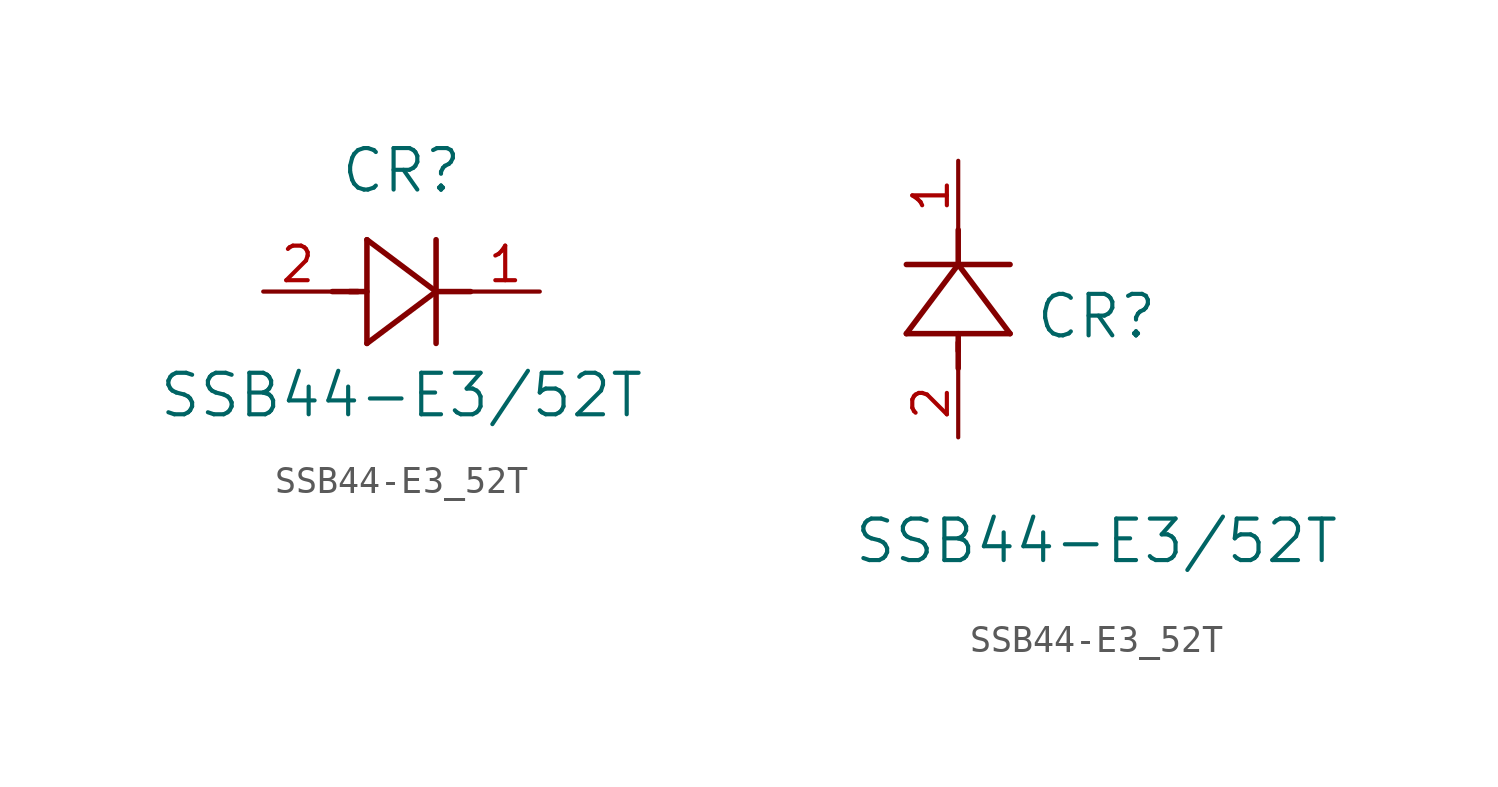
<source format=kicad_sym>
(kicad_symbol_lib
  (version 20211014)
  (generator kicad_symbol_editor)
  (symbol "SSB44-E3_52T"
    (pin_names
      (offset 0.254))
    (property "Reference" "CR"
      (at 5.08 4.445 0)
      (effects (font (size 1.524 1.524))))
    (property "Value" "SSB44-E3/52T"
      (at 5.08 -3.81 0)
      (effects (font (size 1.524 1.524))))
    (symbol "SSB44-E3_52T_1_1"
      (polyline (pts (xy 2.54 0) (xy 3.48 0)) (stroke (width 0.203) (type default) (color 0 0 0 0)) (fill (type none)))
      (polyline (pts (xy 3.81 1.905) (xy 3.81 -1.905)) (stroke (width 0.203) (type default) (color 0 0 0 0)) (fill (type none)))
      (polyline (pts (xy 3.175 0) (xy 3.81 0)) (stroke (width 0.203) (type default) (color 0 0 0 0)) (fill (type none)))
      (polyline (pts (xy 6.35 -1.905) (xy 6.35 1.905)) (stroke (width 0.203) (type default) (color 0 0 0 0)) (fill (type none)))
      (polyline (pts (xy 6.35 0) (xy 7.62 0)) (stroke (width 0.203) (type default) (color 0 0 0 0)) (fill (type none)))
      (polyline (pts (xy 6.35 0) (xy 3.81 1.905)) (stroke (width 0.203) (type default) (color 0 0 0 0)) (fill (type none)))
      (polyline (pts (xy 3.81 -1.905) (xy 6.35 0)) (stroke (width 0.203) (type default) (color 0 0 0 0)) (fill (type none)))
      (pin unspecified line (at 0 0 0) (length 2.54) (name "" (effects (font (size 1.27 1.27)))) (number "2" (effects (font (size 1.27 1.27)))))
      (pin unspecified line (at 10.16 0 180) (length 2.54) (name "" (effects (font (size 1.27 1.27)))) (number "1" (effects (font (size 1.27 1.27))))))
    (symbol "SSB44-E3_52T_1_2"
      (polyline (pts (xy 0 2.54) (xy 0 3.48)) (stroke (width 0.203) (type default) (color 0 0 0 0)) (fill (type none)))
      (polyline (pts (xy -1.905 3.81) (xy 1.905 3.81)) (stroke (width 0.203) (type default) (color 0 0 0 0)) (fill (type none)))
      (polyline (pts (xy 0 3.175) (xy 0 3.81)) (stroke (width 0.203) (type default) (color 0 0 0 0)) (fill (type none)))
      (polyline (pts (xy 1.905 6.35) (xy -1.905 6.35)) (stroke (width 0.203) (type default) (color 0 0 0 0)) (fill (type none)))
      (polyline (pts (xy 0 6.35) (xy 0 7.62)) (stroke (width 0.203) (type default) (color 0 0 0 0)) (fill (type none)))
      (polyline (pts (xy 0 6.35) (xy -1.905 3.81)) (stroke (width 0.203) (type default) (color 0 0 0 0)) (fill (type none)))
      (polyline (pts (xy 1.905 3.81) (xy 0 6.35)) (stroke (width 0.203) (type default) (color 0 0 0 0)) (fill (type none)))
      (pin unspecified line (at 0 0 90) (length 2.54) (name "" (effects (font (size 1.27 1.27)))) (number "2" (effects (font (size 1.27 1.27)))))
      (pin unspecified line (at 0 10.16 270) (length 2.54) (name "" (effects (font (size 1.27 1.27)))) (number "1" (effects (font (size 1.27 1.27))))))))
</source>
